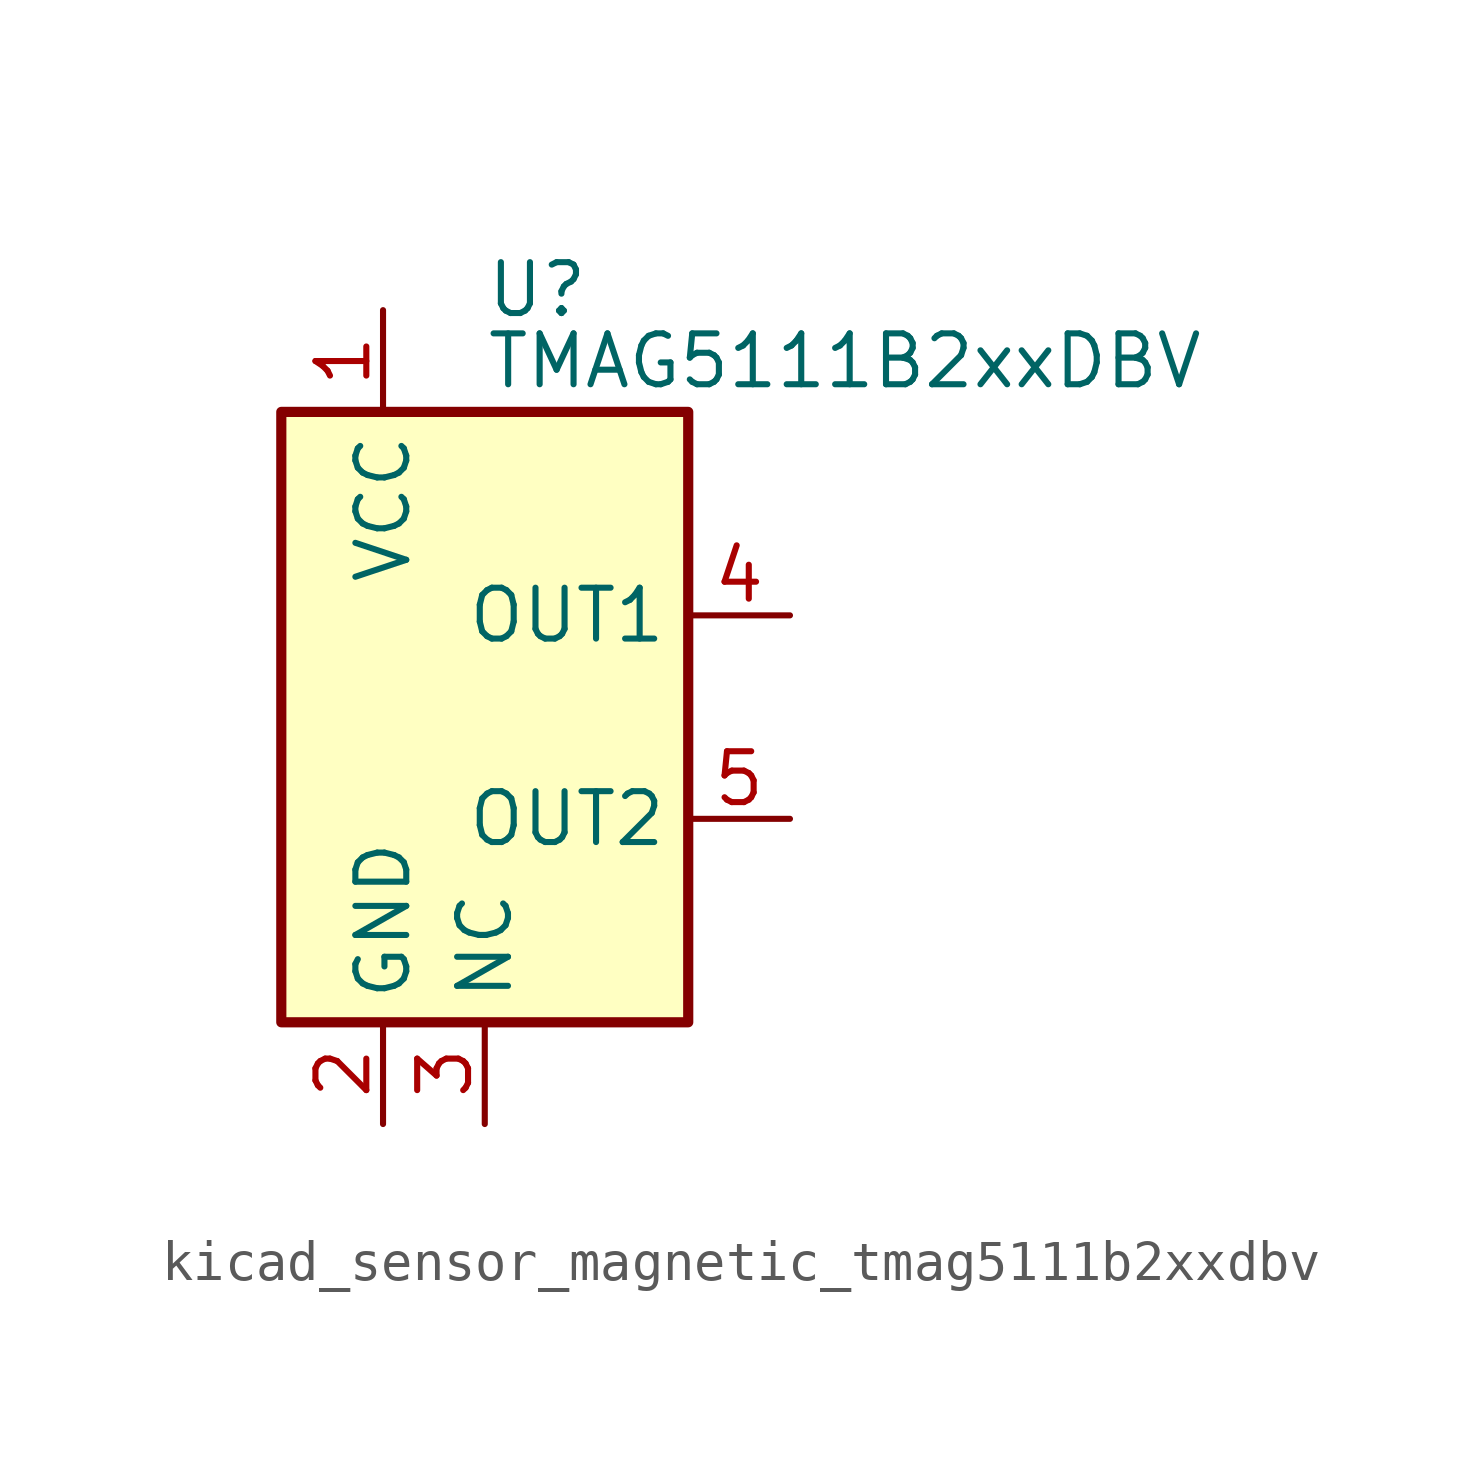
<source format=kicad_sym>
(kicad_symbol_lib
  (version 20220914)
  (generator kicad_symbol_editor)
  (symbol "kicad_sensor_magnetic_tmag5111b2xxdbv"
    (property "Reference" "U"
      (at 0 10.668 0)
      (effects (font (size 1.27 1.27)) (justify left)))
    (property "Value" "TMAG5111B2xxDBV"
      (at 0 8.89 0)
      (effects (font (size 1.27 1.27)) (justify left)))
    (symbol "kicad_sensor_magnetic_tmag5111b2xxdbv_0_0"
      (pin passive line (at 0 -10.16 90) (length 2.54) (name "NC" (effects (font (size 1.27 1.27)))) (number "3" (effects (font (size 1.27 1.27)))))
      (pin open_collector line (at 7.62 -2.54 180) (length 2.54) (name "OUT2" (effects (font (size 1.27 1.27)))) (number "5" (effects (font (size 1.27 1.27))))))
    (symbol "kicad_sensor_magnetic_tmag5111b2xxdbv_0_1"
      (rectangle (start -5.08 7.62) (end 5.08 -7.62) (stroke (width 0.254) (type default)) (fill (type background))))
    (symbol "kicad_sensor_magnetic_tmag5111b2xxdbv_1_1"
      (pin power_in line (at -2.54 10.16 270) (length 2.54) (name "VCC" (effects (font (size 1.27 1.27)))) (number "1" (effects (font (size 1.27 1.27)))))
      (pin power_in line (at -2.54 -10.16 90) (length 2.54) (name "GND" (effects (font (size 1.27 1.27)))) (number "2" (effects (font (size 1.27 1.27)))))
      (pin open_collector line (at 7.62 2.54 180) (length 2.54) (name "OUT1" (effects (font (size 1.27 1.27)))) (number "4" (effects (font (size 1.27 1.27))))))))
</source>
